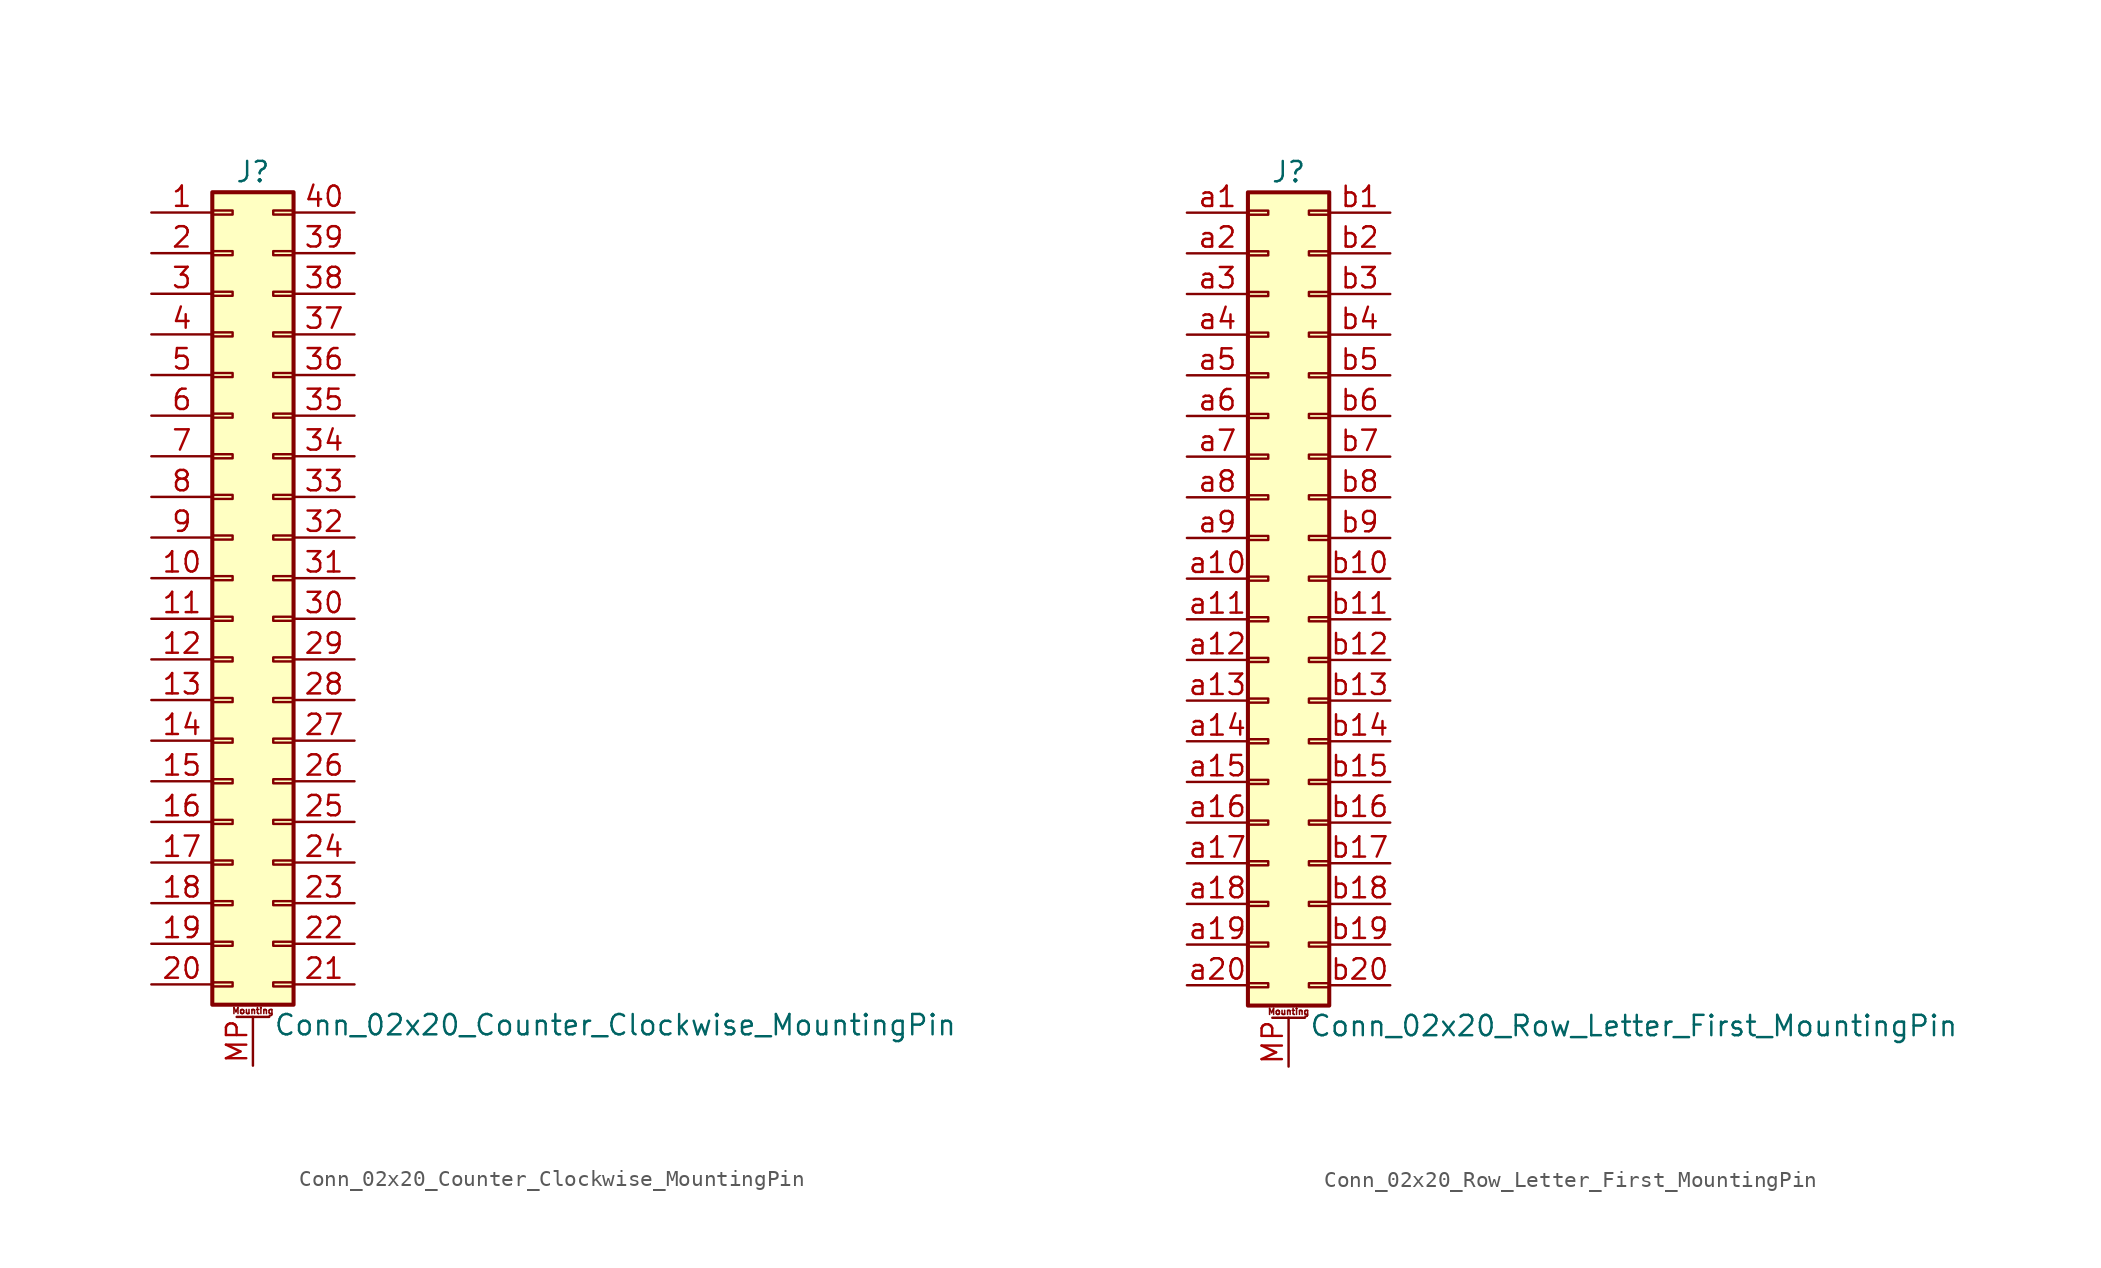
<source format=kicad_sym>
(kicad_symbol_lib
  (version 20201005)
  (generator kicad_symbol_editor)
  (symbol "Conn_02x20_Counter_Clockwise_MountingPin"
    (pin_names
      (offset 1.016) hide)
    (property "Reference" "J"
      (at 1.27 25.4 0)
      (effects (font (size 1.27 1.27))))
    (property "Value" "Conn_02x20_Counter_Clockwise_MountingPin"
      (at 2.54 -27.94 0)
      (effects (font (size 1.27 1.27)) (justify left)))
    (symbol "Conn_02x20_Counter_Clockwise_MountingPin_1_1"
      (text "Mounting" (at 1.27 -27.051 0) (effects (font (size 0.381 0.381))))
      (rectangle (start -1.27 -25.273) (end 0 -25.527) (stroke (width 0.152)) (fill (type none)))
      (rectangle (start -1.27 -22.733) (end 0 -22.987) (stroke (width 0.152)) (fill (type none)))
      (rectangle (start -1.27 -20.193) (end 0 -20.447) (stroke (width 0.152)) (fill (type none)))
      (rectangle (start -1.27 -17.653) (end 0 -17.907) (stroke (width 0.152)) (fill (type none)))
      (rectangle (start -1.27 -15.113) (end 0 -15.367) (stroke (width 0.152)) (fill (type none)))
      (rectangle (start -1.27 -12.573) (end 0 -12.827) (stroke (width 0.152)) (fill (type none)))
      (rectangle (start -1.27 -10.033) (end 0 -10.287) (stroke (width 0.152)) (fill (type none)))
      (rectangle (start -1.27 -7.493) (end 0 -7.747) (stroke (width 0.152)) (fill (type none)))
      (rectangle (start -1.27 -4.953) (end 0 -5.207) (stroke (width 0.152)) (fill (type none)))
      (rectangle (start -1.27 -2.413) (end 0 -2.667) (stroke (width 0.152)) (fill (type none)))
      (rectangle (start -1.27 0.127) (end 0 -0.127) (stroke (width 0.152)) (fill (type none)))
      (rectangle (start -1.27 2.667) (end 0 2.413) (stroke (width 0.152)) (fill (type none)))
      (rectangle (start -1.27 5.207) (end 0 4.953) (stroke (width 0.152)) (fill (type none)))
      (rectangle (start -1.27 7.747) (end 0 7.493) (stroke (width 0.152)) (fill (type none)))
      (rectangle (start -1.27 10.287) (end 0 10.033) (stroke (width 0.152)) (fill (type none)))
      (rectangle (start -1.27 12.827) (end 0 12.573) (stroke (width 0.152)) (fill (type none)))
      (rectangle (start -1.27 15.367) (end 0 15.113) (stroke (width 0.152)) (fill (type none)))
      (rectangle (start -1.27 17.907) (end 0 17.653) (stroke (width 0.152)) (fill (type none)))
      (rectangle (start -1.27 20.447) (end 0 20.193) (stroke (width 0.152)) (fill (type none)))
      (rectangle (start -1.27 22.987) (end 0 22.733) (stroke (width 0.152)) (fill (type none)))
      (rectangle (start 3.81 -25.273) (end 2.54 -25.527) (stroke (width 0.152)) (fill (type none)))
      (rectangle (start 3.81 -22.733) (end 2.54 -22.987) (stroke (width 0.152)) (fill (type none)))
      (rectangle (start 3.81 -20.193) (end 2.54 -20.447) (stroke (width 0.152)) (fill (type none)))
      (rectangle (start 3.81 -17.653) (end 2.54 -17.907) (stroke (width 0.152)) (fill (type none)))
      (rectangle (start 3.81 -15.113) (end 2.54 -15.367) (stroke (width 0.152)) (fill (type none)))
      (rectangle (start 3.81 -12.573) (end 2.54 -12.827) (stroke (width 0.152)) (fill (type none)))
      (rectangle (start 3.81 -10.033) (end 2.54 -10.287) (stroke (width 0.152)) (fill (type none)))
      (rectangle (start 3.81 -7.493) (end 2.54 -7.747) (stroke (width 0.152)) (fill (type none)))
      (rectangle (start 3.81 -4.953) (end 2.54 -5.207) (stroke (width 0.152)) (fill (type none)))
      (rectangle (start 3.81 -2.413) (end 2.54 -2.667) (stroke (width 0.152)) (fill (type none)))
      (rectangle (start 3.81 0.127) (end 2.54 -0.127) (stroke (width 0.152)) (fill (type none)))
      (rectangle (start 3.81 2.667) (end 2.54 2.413) (stroke (width 0.152)) (fill (type none)))
      (rectangle (start 3.81 5.207) (end 2.54 4.953) (stroke (width 0.152)) (fill (type none)))
      (rectangle (start 3.81 7.747) (end 2.54 7.493) (stroke (width 0.152)) (fill (type none)))
      (rectangle (start 3.81 10.287) (end 2.54 10.033) (stroke (width 0.152)) (fill (type none)))
      (rectangle (start 3.81 12.827) (end 2.54 12.573) (stroke (width 0.152)) (fill (type none)))
      (rectangle (start 3.81 15.367) (end 2.54 15.113) (stroke (width 0.152)) (fill (type none)))
      (rectangle (start 3.81 17.907) (end 2.54 17.653) (stroke (width 0.152)) (fill (type none)))
      (rectangle (start 3.81 20.447) (end 2.54 20.193) (stroke (width 0.152)) (fill (type none)))
      (rectangle (start 3.81 22.987) (end 2.54 22.733) (stroke (width 0.152)) (fill (type none)))
      (rectangle (start -1.27 24.13) (end 3.81 -26.67) (stroke (width 0.254)) (fill (type background)))
      (polyline (pts (xy 0.254 -27.432) (xy 2.286 -27.432)) (stroke (width 0.152)) (fill (type none)))
      (pin passive line (at -5.08 22.86 0) (length 3.81) (name "Pin_1" (effects (font (size 1.27 1.27)))) (number "1" (effects (font (size 1.27 1.27)))))
      (pin passive line (at -5.08 0 0) (length 3.81) (name "Pin_10" (effects (font (size 1.27 1.27)))) (number "10" (effects (font (size 1.27 1.27)))))
      (pin passive line (at -5.08 -2.54 0) (length 3.81) (name "Pin_11" (effects (font (size 1.27 1.27)))) (number "11" (effects (font (size 1.27 1.27)))))
      (pin passive line (at -5.08 -5.08 0) (length 3.81) (name "Pin_12" (effects (font (size 1.27 1.27)))) (number "12" (effects (font (size 1.27 1.27)))))
      (pin passive line (at -5.08 -7.62 0) (length 3.81) (name "Pin_13" (effects (font (size 1.27 1.27)))) (number "13" (effects (font (size 1.27 1.27)))))
      (pin passive line (at -5.08 -10.16 0) (length 3.81) (name "Pin_14" (effects (font (size 1.27 1.27)))) (number "14" (effects (font (size 1.27 1.27)))))
      (pin passive line (at -5.08 -12.7 0) (length 3.81) (name "Pin_15" (effects (font (size 1.27 1.27)))) (number "15" (effects (font (size 1.27 1.27)))))
      (pin passive line (at -5.08 -15.24 0) (length 3.81) (name "Pin_16" (effects (font (size 1.27 1.27)))) (number "16" (effects (font (size 1.27 1.27)))))
      (pin passive line (at -5.08 -17.78 0) (length 3.81) (name "Pin_17" (effects (font (size 1.27 1.27)))) (number "17" (effects (font (size 1.27 1.27)))))
      (pin passive line (at -5.08 -20.32 0) (length 3.81) (name "Pin_18" (effects (font (size 1.27 1.27)))) (number "18" (effects (font (size 1.27 1.27)))))
      (pin passive line (at -5.08 -22.86 0) (length 3.81) (name "Pin_19" (effects (font (size 1.27 1.27)))) (number "19" (effects (font (size 1.27 1.27)))))
      (pin passive line (at -5.08 20.32 0) (length 3.81) (name "Pin_2" (effects (font (size 1.27 1.27)))) (number "2" (effects (font (size 1.27 1.27)))))
      (pin passive line (at -5.08 -25.4 0) (length 3.81) (name "Pin_20" (effects (font (size 1.27 1.27)))) (number "20" (effects (font (size 1.27 1.27)))))
      (pin passive line (at 7.62 -25.4 180) (length 3.81) (name "Pin_21" (effects (font (size 1.27 1.27)))) (number "21" (effects (font (size 1.27 1.27)))))
      (pin passive line (at 7.62 -22.86 180) (length 3.81) (name "Pin_22" (effects (font (size 1.27 1.27)))) (number "22" (effects (font (size 1.27 1.27)))))
      (pin passive line (at 7.62 -20.32 180) (length 3.81) (name "Pin_23" (effects (font (size 1.27 1.27)))) (number "23" (effects (font (size 1.27 1.27)))))
      (pin passive line (at 7.62 -17.78 180) (length 3.81) (name "Pin_24" (effects (font (size 1.27 1.27)))) (number "24" (effects (font (size 1.27 1.27)))))
      (pin passive line (at 7.62 -15.24 180) (length 3.81) (name "Pin_25" (effects (font (size 1.27 1.27)))) (number "25" (effects (font (size 1.27 1.27)))))
      (pin passive line (at 7.62 -12.7 180) (length 3.81) (name "Pin_26" (effects (font (size 1.27 1.27)))) (number "26" (effects (font (size 1.27 1.27)))))
      (pin passive line (at 7.62 -10.16 180) (length 3.81) (name "Pin_27" (effects (font (size 1.27 1.27)))) (number "27" (effects (font (size 1.27 1.27)))))
      (pin passive line (at 7.62 -7.62 180) (length 3.81) (name "Pin_28" (effects (font (size 1.27 1.27)))) (number "28" (effects (font (size 1.27 1.27)))))
      (pin passive line (at 7.62 -5.08 180) (length 3.81) (name "Pin_29" (effects (font (size 1.27 1.27)))) (number "29" (effects (font (size 1.27 1.27)))))
      (pin passive line (at -5.08 17.78 0) (length 3.81) (name "Pin_3" (effects (font (size 1.27 1.27)))) (number "3" (effects (font (size 1.27 1.27)))))
      (pin passive line (at 7.62 -2.54 180) (length 3.81) (name "Pin_30" (effects (font (size 1.27 1.27)))) (number "30" (effects (font (size 1.27 1.27)))))
      (pin passive line (at 7.62 0 180) (length 3.81) (name "Pin_31" (effects (font (size 1.27 1.27)))) (number "31" (effects (font (size 1.27 1.27)))))
      (pin passive line (at 7.62 2.54 180) (length 3.81) (name "Pin_32" (effects (font (size 1.27 1.27)))) (number "32" (effects (font (size 1.27 1.27)))))
      (pin passive line (at 7.62 5.08 180) (length 3.81) (name "Pin_33" (effects (font (size 1.27 1.27)))) (number "33" (effects (font (size 1.27 1.27)))))
      (pin passive line (at 7.62 7.62 180) (length 3.81) (name "Pin_34" (effects (font (size 1.27 1.27)))) (number "34" (effects (font (size 1.27 1.27)))))
      (pin passive line (at 7.62 10.16 180) (length 3.81) (name "Pin_35" (effects (font (size 1.27 1.27)))) (number "35" (effects (font (size 1.27 1.27)))))
      (pin passive line (at 7.62 12.7 180) (length 3.81) (name "Pin_36" (effects (font (size 1.27 1.27)))) (number "36" (effects (font (size 1.27 1.27)))))
      (pin passive line (at 7.62 15.24 180) (length 3.81) (name "Pin_37" (effects (font (size 1.27 1.27)))) (number "37" (effects (font (size 1.27 1.27)))))
      (pin passive line (at 7.62 17.78 180) (length 3.81) (name "Pin_38" (effects (font (size 1.27 1.27)))) (number "38" (effects (font (size 1.27 1.27)))))
      (pin passive line (at 7.62 20.32 180) (length 3.81) (name "Pin_39" (effects (font (size 1.27 1.27)))) (number "39" (effects (font (size 1.27 1.27)))))
      (pin passive line (at -5.08 15.24 0) (length 3.81) (name "Pin_4" (effects (font (size 1.27 1.27)))) (number "4" (effects (font (size 1.27 1.27)))))
      (pin passive line (at 7.62 22.86 180) (length 3.81) (name "Pin_40" (effects (font (size 1.27 1.27)))) (number "40" (effects (font (size 1.27 1.27)))))
      (pin passive line (at -5.08 12.7 0) (length 3.81) (name "Pin_5" (effects (font (size 1.27 1.27)))) (number "5" (effects (font (size 1.27 1.27)))))
      (pin passive line (at -5.08 10.16 0) (length 3.81) (name "Pin_6" (effects (font (size 1.27 1.27)))) (number "6" (effects (font (size 1.27 1.27)))))
      (pin passive line (at -5.08 7.62 0) (length 3.81) (name "Pin_7" (effects (font (size 1.27 1.27)))) (number "7" (effects (font (size 1.27 1.27)))))
      (pin passive line (at -5.08 5.08 0) (length 3.81) (name "Pin_8" (effects (font (size 1.27 1.27)))) (number "8" (effects (font (size 1.27 1.27)))))
      (pin passive line (at -5.08 2.54 0) (length 3.81) (name "Pin_9" (effects (font (size 1.27 1.27)))) (number "9" (effects (font (size 1.27 1.27)))))
      (pin passive line (at 1.27 -30.48 90) (length 3.048) (name "MountPin" (effects (font (size 1.27 1.27)))) (number "MP" (effects (font (size 1.27 1.27)))))))
  (symbol "Conn_02x20_Row_Letter_First_MountingPin"
    (pin_names
      (offset 1.016) hide)
    (property "Reference" "J"
      (at 1.27 25.4 0)
      (effects (font (size 1.27 1.27))))
    (property "Value" "Conn_02x20_Row_Letter_First_MountingPin"
      (at 2.54 -27.94 0)
      (effects (font (size 1.27 1.27)) (justify left)))
    (symbol "Conn_02x20_Row_Letter_First_MountingPin_1_1"
      (text "Mounting" (at 1.27 -27.051 0) (effects (font (size 0.381 0.381))))
      (rectangle (start -1.27 -25.273) (end 0 -25.527) (stroke (width 0.152)) (fill (type none)))
      (rectangle (start -1.27 -22.733) (end 0 -22.987) (stroke (width 0.152)) (fill (type none)))
      (rectangle (start -1.27 -20.193) (end 0 -20.447) (stroke (width 0.152)) (fill (type none)))
      (rectangle (start -1.27 -17.653) (end 0 -17.907) (stroke (width 0.152)) (fill (type none)))
      (rectangle (start -1.27 -15.113) (end 0 -15.367) (stroke (width 0.152)) (fill (type none)))
      (rectangle (start -1.27 -12.573) (end 0 -12.827) (stroke (width 0.152)) (fill (type none)))
      (rectangle (start -1.27 -10.033) (end 0 -10.287) (stroke (width 0.152)) (fill (type none)))
      (rectangle (start -1.27 -7.493) (end 0 -7.747) (stroke (width 0.152)) (fill (type none)))
      (rectangle (start -1.27 -4.953) (end 0 -5.207) (stroke (width 0.152)) (fill (type none)))
      (rectangle (start -1.27 -2.413) (end 0 -2.667) (stroke (width 0.152)) (fill (type none)))
      (rectangle (start -1.27 0.127) (end 0 -0.127) (stroke (width 0.152)) (fill (type none)))
      (rectangle (start -1.27 2.667) (end 0 2.413) (stroke (width 0.152)) (fill (type none)))
      (rectangle (start -1.27 5.207) (end 0 4.953) (stroke (width 0.152)) (fill (type none)))
      (rectangle (start -1.27 7.747) (end 0 7.493) (stroke (width 0.152)) (fill (type none)))
      (rectangle (start -1.27 10.287) (end 0 10.033) (stroke (width 0.152)) (fill (type none)))
      (rectangle (start -1.27 12.827) (end 0 12.573) (stroke (width 0.152)) (fill (type none)))
      (rectangle (start -1.27 15.367) (end 0 15.113) (stroke (width 0.152)) (fill (type none)))
      (rectangle (start -1.27 17.907) (end 0 17.653) (stroke (width 0.152)) (fill (type none)))
      (rectangle (start -1.27 20.447) (end 0 20.193) (stroke (width 0.152)) (fill (type none)))
      (rectangle (start -1.27 22.987) (end 0 22.733) (stroke (width 0.152)) (fill (type none)))
      (rectangle (start 3.81 -25.273) (end 2.54 -25.527) (stroke (width 0.152)) (fill (type none)))
      (rectangle (start 3.81 -22.733) (end 2.54 -22.987) (stroke (width 0.152)) (fill (type none)))
      (rectangle (start 3.81 -20.193) (end 2.54 -20.447) (stroke (width 0.152)) (fill (type none)))
      (rectangle (start 3.81 -17.653) (end 2.54 -17.907) (stroke (width 0.152)) (fill (type none)))
      (rectangle (start 3.81 -15.113) (end 2.54 -15.367) (stroke (width 0.152)) (fill (type none)))
      (rectangle (start 3.81 -12.573) (end 2.54 -12.827) (stroke (width 0.152)) (fill (type none)))
      (rectangle (start 3.81 -10.033) (end 2.54 -10.287) (stroke (width 0.152)) (fill (type none)))
      (rectangle (start 3.81 -7.493) (end 2.54 -7.747) (stroke (width 0.152)) (fill (type none)))
      (rectangle (start 3.81 -4.953) (end 2.54 -5.207) (stroke (width 0.152)) (fill (type none)))
      (rectangle (start 3.81 -2.413) (end 2.54 -2.667) (stroke (width 0.152)) (fill (type none)))
      (rectangle (start 3.81 0.127) (end 2.54 -0.127) (stroke (width 0.152)) (fill (type none)))
      (rectangle (start 3.81 2.667) (end 2.54 2.413) (stroke (width 0.152)) (fill (type none)))
      (rectangle (start 3.81 5.207) (end 2.54 4.953) (stroke (width 0.152)) (fill (type none)))
      (rectangle (start 3.81 7.747) (end 2.54 7.493) (stroke (width 0.152)) (fill (type none)))
      (rectangle (start 3.81 10.287) (end 2.54 10.033) (stroke (width 0.152)) (fill (type none)))
      (rectangle (start 3.81 12.827) (end 2.54 12.573) (stroke (width 0.152)) (fill (type none)))
      (rectangle (start 3.81 15.367) (end 2.54 15.113) (stroke (width 0.152)) (fill (type none)))
      (rectangle (start 3.81 17.907) (end 2.54 17.653) (stroke (width 0.152)) (fill (type none)))
      (rectangle (start 3.81 20.447) (end 2.54 20.193) (stroke (width 0.152)) (fill (type none)))
      (rectangle (start 3.81 22.987) (end 2.54 22.733) (stroke (width 0.152)) (fill (type none)))
      (rectangle (start -1.27 24.13) (end 3.81 -26.67) (stroke (width 0.254)) (fill (type background)))
      (polyline (pts (xy 0.254 -27.432) (xy 2.286 -27.432)) (stroke (width 0.152)) (fill (type none)))
      (pin passive line (at 1.27 -30.48 90) (length 3.048) (name "MountPin" (effects (font (size 1.27 1.27)))) (number "MP" (effects (font (size 1.27 1.27)))))
      (pin passive line (at -5.08 22.86 0) (length 3.81) (name "Pin_a1" (effects (font (size 1.27 1.27)))) (number "a1" (effects (font (size 1.27 1.27)))))
      (pin passive line (at -5.08 0 0) (length 3.81) (name "Pin_a10" (effects (font (size 1.27 1.27)))) (number "a10" (effects (font (size 1.27 1.27)))))
      (pin passive line (at -5.08 -2.54 0) (length 3.81) (name "Pin_a11" (effects (font (size 1.27 1.27)))) (number "a11" (effects (font (size 1.27 1.27)))))
      (pin passive line (at -5.08 -5.08 0) (length 3.81) (name "Pin_a12" (effects (font (size 1.27 1.27)))) (number "a12" (effects (font (size 1.27 1.27)))))
      (pin passive line (at -5.08 -7.62 0) (length 3.81) (name "Pin_a13" (effects (font (size 1.27 1.27)))) (number "a13" (effects (font (size 1.27 1.27)))))
      (pin passive line (at -5.08 -10.16 0) (length 3.81) (name "Pin_a14" (effects (font (size 1.27 1.27)))) (number "a14" (effects (font (size 1.27 1.27)))))
      (pin passive line (at -5.08 -12.7 0) (length 3.81) (name "Pin_a15" (effects (font (size 1.27 1.27)))) (number "a15" (effects (font (size 1.27 1.27)))))
      (pin passive line (at -5.08 -15.24 0) (length 3.81) (name "Pin_a16" (effects (font (size 1.27 1.27)))) (number "a16" (effects (font (size 1.27 1.27)))))
      (pin passive line (at -5.08 -17.78 0) (length 3.81) (name "Pin_a17" (effects (font (size 1.27 1.27)))) (number "a17" (effects (font (size 1.27 1.27)))))
      (pin passive line (at -5.08 -20.32 0) (length 3.81) (name "Pin_a18" (effects (font (size 1.27 1.27)))) (number "a18" (effects (font (size 1.27 1.27)))))
      (pin passive line (at -5.08 -22.86 0) (length 3.81) (name "Pin_a19" (effects (font (size 1.27 1.27)))) (number "a19" (effects (font (size 1.27 1.27)))))
      (pin passive line (at -5.08 20.32 0) (length 3.81) (name "Pin_a2" (effects (font (size 1.27 1.27)))) (number "a2" (effects (font (size 1.27 1.27)))))
      (pin passive line (at -5.08 -25.4 0) (length 3.81) (name "Pin_a20" (effects (font (size 1.27 1.27)))) (number "a20" (effects (font (size 1.27 1.27)))))
      (pin passive line (at -5.08 17.78 0) (length 3.81) (name "Pin_a3" (effects (font (size 1.27 1.27)))) (number "a3" (effects (font (size 1.27 1.27)))))
      (pin passive line (at -5.08 15.24 0) (length 3.81) (name "Pin_a4" (effects (font (size 1.27 1.27)))) (number "a4" (effects (font (size 1.27 1.27)))))
      (pin passive line (at -5.08 12.7 0) (length 3.81) (name "Pin_a5" (effects (font (size 1.27 1.27)))) (number "a5" (effects (font (size 1.27 1.27)))))
      (pin passive line (at -5.08 10.16 0) (length 3.81) (name "Pin_a6" (effects (font (size 1.27 1.27)))) (number "a6" (effects (font (size 1.27 1.27)))))
      (pin passive line (at -5.08 7.62 0) (length 3.81) (name "Pin_a7" (effects (font (size 1.27 1.27)))) (number "a7" (effects (font (size 1.27 1.27)))))
      (pin passive line (at -5.08 5.08 0) (length 3.81) (name "Pin_a8" (effects (font (size 1.27 1.27)))) (number "a8" (effects (font (size 1.27 1.27)))))
      (pin passive line (at -5.08 2.54 0) (length 3.81) (name "Pin_a9" (effects (font (size 1.27 1.27)))) (number "a9" (effects (font (size 1.27 1.27)))))
      (pin passive line (at 7.62 22.86 180) (length 3.81) (name "Pin_b1" (effects (font (size 1.27 1.27)))) (number "b1" (effects (font (size 1.27 1.27)))))
      (pin passive line (at 7.62 0 180) (length 3.81) (name "Pin_b10" (effects (font (size 1.27 1.27)))) (number "b10" (effects (font (size 1.27 1.27)))))
      (pin passive line (at 7.62 -2.54 180) (length 3.81) (name "Pin_b11" (effects (font (size 1.27 1.27)))) (number "b11" (effects (font (size 1.27 1.27)))))
      (pin passive line (at 7.62 -5.08 180) (length 3.81) (name "Pin_b12" (effects (font (size 1.27 1.27)))) (number "b12" (effects (font (size 1.27 1.27)))))
      (pin passive line (at 7.62 -7.62 180) (length 3.81) (name "Pin_b13" (effects (font (size 1.27 1.27)))) (number "b13" (effects (font (size 1.27 1.27)))))
      (pin passive line (at 7.62 -10.16 180) (length 3.81) (name "Pin_b14" (effects (font (size 1.27 1.27)))) (number "b14" (effects (font (size 1.27 1.27)))))
      (pin passive line (at 7.62 -12.7 180) (length 3.81) (name "Pin_b15" (effects (font (size 1.27 1.27)))) (number "b15" (effects (font (size 1.27 1.27)))))
      (pin passive line (at 7.62 -15.24 180) (length 3.81) (name "Pin_b16" (effects (font (size 1.27 1.27)))) (number "b16" (effects (font (size 1.27 1.27)))))
      (pin passive line (at 7.62 -17.78 180) (length 3.81) (name "Pin_b17" (effects (font (size 1.27 1.27)))) (number "b17" (effects (font (size 1.27 1.27)))))
      (pin passive line (at 7.62 -20.32 180) (length 3.81) (name "Pin_b18" (effects (font (size 1.27 1.27)))) (number "b18" (effects (font (size 1.27 1.27)))))
      (pin passive line (at 7.62 -22.86 180) (length 3.81) (name "Pin_b19" (effects (font (size 1.27 1.27)))) (number "b19" (effects (font (size 1.27 1.27)))))
      (pin passive line (at 7.62 20.32 180) (length 3.81) (name "Pin_b2" (effects (font (size 1.27 1.27)))) (number "b2" (effects (font (size 1.27 1.27)))))
      (pin passive line (at 7.62 -25.4 180) (length 3.81) (name "Pin_b20" (effects (font (size 1.27 1.27)))) (number "b20" (effects (font (size 1.27 1.27)))))
      (pin passive line (at 7.62 17.78 180) (length 3.81) (name "Pin_b3" (effects (font (size 1.27 1.27)))) (number "b3" (effects (font (size 1.27 1.27)))))
      (pin passive line (at 7.62 15.24 180) (length 3.81) (name "Pin_b4" (effects (font (size 1.27 1.27)))) (number "b4" (effects (font (size 1.27 1.27)))))
      (pin passive line (at 7.62 12.7 180) (length 3.81) (name "Pin_b5" (effects (font (size 1.27 1.27)))) (number "b5" (effects (font (size 1.27 1.27)))))
      (pin passive line (at 7.62 10.16 180) (length 3.81) (name "Pin_b6" (effects (font (size 1.27 1.27)))) (number "b6" (effects (font (size 1.27 1.27)))))
      (pin passive line (at 7.62 7.62 180) (length 3.81) (name "Pin_b7" (effects (font (size 1.27 1.27)))) (number "b7" (effects (font (size 1.27 1.27)))))
      (pin passive line (at 7.62 5.08 180) (length 3.81) (name "Pin_b8" (effects (font (size 1.27 1.27)))) (number "b8" (effects (font (size 1.27 1.27)))))
      (pin passive line (at 7.62 2.54 180) (length 3.81) (name "Pin_b9" (effects (font (size 1.27 1.27)))) (number "b9" (effects (font (size 1.27 1.27))))))))
</source>
